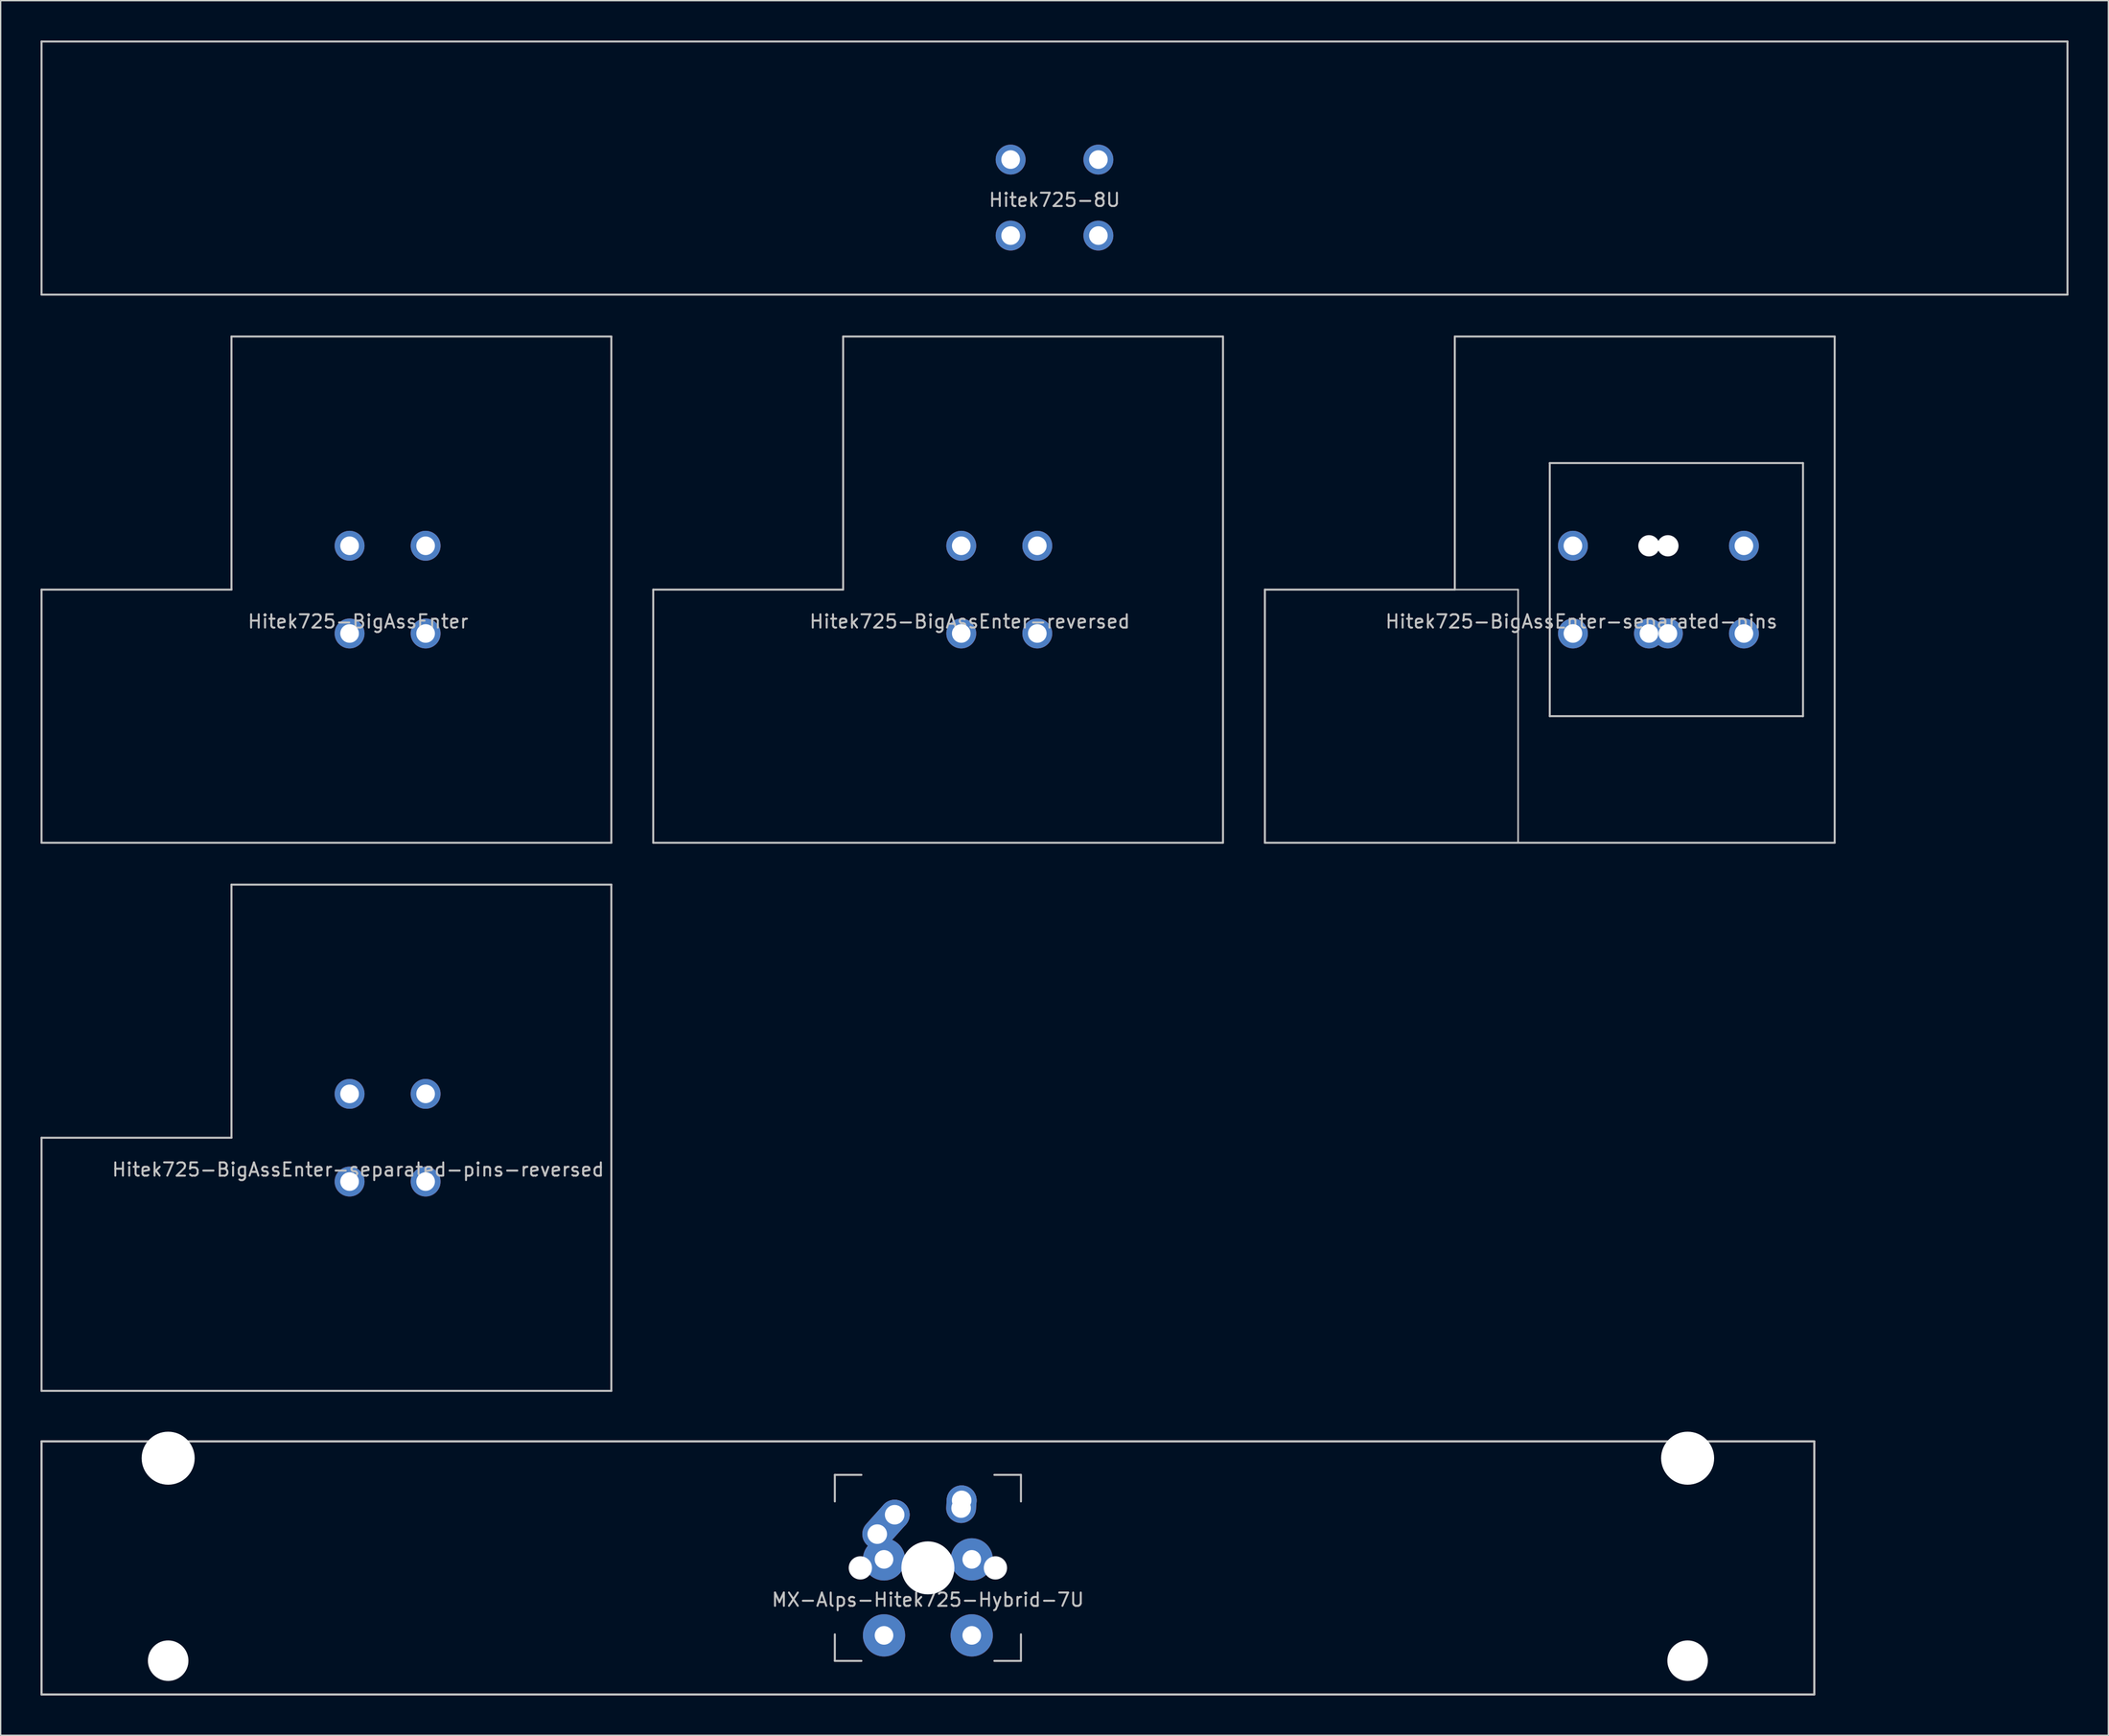
<source format=kicad_pcb>
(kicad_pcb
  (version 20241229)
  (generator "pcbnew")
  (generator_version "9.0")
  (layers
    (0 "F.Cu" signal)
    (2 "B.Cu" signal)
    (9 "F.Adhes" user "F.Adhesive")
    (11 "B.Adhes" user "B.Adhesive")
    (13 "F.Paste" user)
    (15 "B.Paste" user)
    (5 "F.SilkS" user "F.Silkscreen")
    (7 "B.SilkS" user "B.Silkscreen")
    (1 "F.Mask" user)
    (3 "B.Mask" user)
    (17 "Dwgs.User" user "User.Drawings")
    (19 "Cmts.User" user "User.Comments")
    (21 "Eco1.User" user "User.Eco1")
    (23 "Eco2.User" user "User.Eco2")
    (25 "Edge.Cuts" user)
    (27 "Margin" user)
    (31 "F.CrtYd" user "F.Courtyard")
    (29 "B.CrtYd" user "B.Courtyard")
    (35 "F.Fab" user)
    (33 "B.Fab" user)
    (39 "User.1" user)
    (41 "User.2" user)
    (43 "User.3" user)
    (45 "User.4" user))
  (footprint "Hitek725-BigAssEnter-reversed"
    (layer "F.Cu")
    (at 69.9 41.325)
    (property "Reference" "Hitek725-BigAssEnter-reversed" (at 0 2.4 0) (layer "Dwgs.User") (effects (font (size 1 1) (thickness 0.15))))
    (fp_line (start -23.812 0) (end -23.812 19.05) (stroke (width 0.15) (type solid)) (layer "Dwgs.User"))
    (fp_line (start -9.525 -19.05) (end 19.05 -19.05) (stroke (width 0.15) (type solid)) (layer "Dwgs.User"))
    (fp_line (start -9.525 0) (end -23.812 0) (stroke (width 0.15) (type solid)) (layer "Dwgs.User"))
    (fp_line (start -9.525 0) (end -9.525 -19.05) (stroke (width 0.15) (type solid)) (layer "Dwgs.User"))
    (fp_line (start 19.05 -19.05) (end 19.05 19.05) (stroke (width 0.15) (type solid)) (layer "Dwgs.User"))
    (fp_line (start 19.05 19.05) (end -23.812 19.05) (stroke (width 0.15) (type solid)) (layer "Dwgs.User"))
    (pad "1" thru_hole circle (at -0.64 -3.3) (size 2.25 2.25) (drill 1.4) (layers "*.Cu" "*.Mask"))
    (pad "1" thru_hole circle (at 5.08 -3.3) (size 2.25 2.25) (drill 1.4) (layers "*.Cu" "*.Mask"))
    (pad "2" thru_hole circle (at -0.64 3.3) (size 2.25 2.25) (drill 1.4) (layers "*.Cu" "*.Mask"))
    (pad "2" thru_hole circle (at 5.08 3.3) (size 2.25 2.25) (drill 1.4) (layers "*.Cu" "*.Mask")))
  (footprint "Hitek725-BigAssEnter-separated-pins-reversed"
    (layer "F.Cu")
    (at 23.887 82.575)
    (property "Reference" "Hitek725-BigAssEnter-separated-pins-reversed" (at 0 2.4 0) (layer "Dwgs.User") (effects (font (size 1 1) (thickness 0.15))))
    (fp_line (start -23.812 0) (end -23.812 19.05) (stroke (width 0.15) (type solid)) (layer "Dwgs.User"))
    (fp_line (start -9.525 -19.05) (end 19.05 -19.05) (stroke (width 0.15) (type solid)) (layer "Dwgs.User"))
    (fp_line (start -9.525 0) (end -23.812 0) (stroke (width 0.15) (type solid)) (layer "Dwgs.User"))
    (fp_line (start -9.525 0) (end -9.525 -19.05) (stroke (width 0.15) (type solid)) (layer "Dwgs.User"))
    (fp_line (start 19.05 -19.05) (end 19.05 19.05) (stroke (width 0.15) (type solid)) (layer "Dwgs.User"))
    (fp_line (start 19.05 19.05) (end -23.812 19.05) (stroke (width 0.15) (type solid)) (layer "Dwgs.User"))
    (pad "1" thru_hole circle (at 5.08 -3.3) (size 2.25 2.25) (drill 1.4) (layers "*.Cu" "*.Mask"))
    (pad "2" thru_hole circle (at -0.64 3.3) (size 2.25 2.25) (drill 1.4) (layers "*.Cu" "*.Mask"))
    (pad "2" thru_hole circle (at 5.08 3.3) (size 2.25 2.25) (drill 1.4) (layers "*.Cu" "*.Mask"))
    (pad "3" thru_hole circle (at -0.64 -3.3) (size 2.25 2.25) (drill 1.4) (layers "*.Cu" "*.Mask")))
  (footprint "Hitek725-8U"
    (layer "F.Cu")
    (at 76.275 9.6)
    (property "Reference" "Hitek725-8U" (at 0 2.4 0) (layer "Dwgs.User") (effects (font (size 1 1) (thickness 0.15))))
    (fp_line (start -76.2 -9.525) (end 76.2 -9.525) (stroke (width 0.15) (type solid)) (layer "Dwgs.User"))
    (fp_line (start -76.2 9.525) (end -76.2 -9.525) (stroke (width 0.15) (type solid)) (layer "Dwgs.User"))
    (fp_line (start 76.2 -9.525) (end 76.2 9.525) (stroke (width 0.15) (type solid)) (layer "Dwgs.User"))
    (fp_line (start 76.2 9.525) (end -76.2 9.525) (stroke (width 0.15) (type solid)) (layer "Dwgs.User"))
    (pad "1" thru_hole circle (at -3.3 -0.64) (size 2.25 2.25) (drill 1.4) (layers "*.Cu" "B.Mask"))
    (pad "1" thru_hole circle (at -3.3 5.08) (size 2.25 2.25) (drill 1.4) (layers "*.Cu" "B.Mask"))
    (pad "2" thru_hole circle (at 3.3 -0.64) (size 2.25 2.25) (drill 1.4) (layers "*.Cu" "B.Mask"))
    (pad "2" thru_hole circle (at 3.3 5.08) (size 2.25 2.25) (drill 1.4) (layers "*.Cu" "B.Mask")))
  (footprint "Hitek725-BigAssEnter-separated-pins"
    (layer "F.Cu")
    (at 115.912 41.325)
    (property "Reference" "Hitek725-BigAssEnter-separated-pins" (at 0 2.4 0) (layer "Dwgs.User") (effects (font (size 1 1) (thickness 0.15))))
    (fp_line (start -23.812 0) (end -23.812 19.05) (stroke (width 0.15) (type solid)) (layer "Dwgs.User"))
    (fp_line (start -9.525 -19.05) (end 19.05 -19.05) (stroke (width 0.15) (type solid)) (layer "Dwgs.User"))
    (fp_line (start -9.525 0) (end -23.812 0) (stroke (width 0.15) (type solid)) (layer "Dwgs.User"))
    (fp_line (start -9.525 0) (end -9.525 -19.05) (stroke (width 0.15) (type solid)) (layer "Dwgs.User"))
    (fp_line (start -9.525 0) (end -4.763 0) (stroke (width 0.12) (type solid)) (layer "Dwgs.User"))
    (fp_line (start -4.763 0) (end -4.763 19.05) (stroke (width 0.12) (type solid)) (layer "Dwgs.User"))
    (fp_line (start -2.381 -9.525) (end 16.669 -9.525) (stroke (width 0.15) (type solid)) (layer "Dwgs.User"))
    (fp_line (start -2.381 9.525) (end -2.381 -9.525) (stroke (width 0.15) (type solid)) (layer "Dwgs.User"))
    (fp_line (start 16.669 -9.525) (end 16.669 9.525) (stroke (width 0.15) (type solid)) (layer "Dwgs.User"))
    (fp_line (start 16.669 9.525) (end -2.381 9.525) (stroke (width 0.15) (type solid)) (layer "Dwgs.User"))
    (fp_line (start 19.05 -19.05) (end 19.05 19.05) (stroke (width 0.15) (type solid)) (layer "Dwgs.User"))
    (fp_line (start 19.05 19.05) (end -23.812 19.05) (stroke (width 0.15) (type solid)) (layer "Dwgs.User"))
    (pad "" np_thru_hole circle (at 5.08 -3.3) (size 1.6 1.6) (drill 1.6) (layers "*.Cu" "*.Mask"))
    (pad "" np_thru_hole circle (at 6.504 -3.3 90) (size 1.6 1.6) (drill 1.6) (layers "*.Cu" "*.Mask"))
    (pad "1" thru_hole circle (at -0.64 -3.3) (size 2.25 2.25) (drill 1.4) (layers "*.Cu" "*.Mask"))
    (pad "1" thru_hole circle (at 12.224 -3.3 90) (size 2.25 2.25) (drill 1.4) (layers "*.Cu" "*.Mask"))
    (pad "2" thru_hole circle (at -0.64 3.3) (size 2.25 2.25) (drill 1.4) (layers "*.Cu" "*.Mask"))
    (pad "2" thru_hole circle (at 5.08 3.3) (size 2.25 2.25) (drill 1.4) (layers "*.Cu" "*.Mask"))
    (pad "2" thru_hole circle (at 6.504 3.3 90) (size 2.25 2.25) (drill 1.4) (layers "*.Cu" "*.Mask"))
    (pad "2" thru_hole circle (at 12.224 3.3 90) (size 2.25 2.25) (drill 1.4) (layers "*.Cu" "*.Mask")))
  (footprint "Hitek725-BigAssEnter"
    (layer "F.Cu")
    (at 23.887 41.325)
    (property "Reference" "Hitek725-BigAssEnter" (at 0 2.4 0) (layer "Dwgs.User") (effects (font (size 1 1) (thickness 0.15))))
    (fp_line (start -23.812 0) (end -23.812 19.05) (stroke (width 0.15) (type solid)) (layer "Dwgs.User"))
    (fp_line (start -9.525 -19.05) (end 19.05 -19.05) (stroke (width 0.15) (type solid)) (layer "Dwgs.User"))
    (fp_line (start -9.525 0) (end -23.812 0) (stroke (width 0.15) (type solid)) (layer "Dwgs.User"))
    (fp_line (start -9.525 0) (end -9.525 -19.05) (stroke (width 0.15) (type solid)) (layer "Dwgs.User"))
    (fp_line (start 19.05 -19.05) (end 19.05 19.05) (stroke (width 0.15) (type solid)) (layer "Dwgs.User"))
    (fp_line (start 19.05 19.05) (end -23.812 19.05) (stroke (width 0.15) (type solid)) (layer "Dwgs.User"))
    (pad "1" thru_hole circle (at -0.64 3.3) (size 2.25 2.25) (drill 1.4) (layers "*.Cu" "*.Mask"))
    (pad "1" thru_hole circle (at 5.08 3.3) (size 2.25 2.25) (drill 1.4) (layers "*.Cu" "*.Mask"))
    (pad "2" thru_hole circle (at -0.64 -3.3) (size 2.25 2.25) (drill 1.4) (layers "*.Cu" "*.Mask"))
    (pad "2" thru_hole circle (at 5.08 -3.3) (size 2.25 2.25) (drill 1.4) (layers "*.Cu" "*.Mask")))
  (footprint "MX-Alps-Hitek725-Hybrid-7U"
    (layer "F.Cu")
    (at 66.75 114.949)
    (property "Reference" "MX-Alps-Hitek725-Hybrid-7U" (at 0 2.4 0) (layer "Dwgs.User") (effects (font (size 1 1) (thickness 0.15))))
    (fp_line (start -66.675 -9.525) (end 66.675 -9.525) (stroke (width 0.15) (type solid)) (layer "Dwgs.User"))
    (fp_line (start -66.675 -9.525) (end 66.675 -9.525) (stroke (width 0.15) (type solid)) (layer "Dwgs.User"))
    (fp_line (start -66.675 9.525) (end -66.675 -9.525) (stroke (width 0.15) (type solid)) (layer "Dwgs.User"))
    (fp_line (start -66.675 9.525) (end -66.675 -9.525) (stroke (width 0.15) (type solid)) (layer "Dwgs.User"))
    (fp_line (start -66.675 9.525) (end 66.675 9.525) (stroke (width 0.15) (type solid)) (layer "Dwgs.User"))
    (fp_line (start -7 -7) (end -7 -5) (stroke (width 0.15) (type solid)) (layer "Dwgs.User"))
    (fp_line (start -7 5) (end -7 7) (stroke (width 0.15) (type solid)) (layer "Dwgs.User"))
    (fp_line (start -7 7) (end -5 7) (stroke (width 0.15) (type solid)) (layer "Dwgs.User"))
    (fp_line (start -5 -7) (end -7 -7) (stroke (width 0.15) (type solid)) (layer "Dwgs.User"))
    (fp_line (start 5 -7) (end 7 -7) (stroke (width 0.15) (type solid)) (layer "Dwgs.User"))
    (fp_line (start 5 7) (end 7 7) (stroke (width 0.15) (type solid)) (layer "Dwgs.User"))
    (fp_line (start 7 -7) (end 7 -5) (stroke (width 0.15) (type solid)) (layer "Dwgs.User"))
    (fp_line (start 7 7) (end 7 5) (stroke (width 0.15) (type solid)) (layer "Dwgs.User"))
    (fp_line (start 66.675 -9.525) (end 66.675 9.525) (stroke (width 0.15) (type solid)) (layer "Dwgs.User"))
    (fp_line (start 66.675 -9.525) (end 66.675 9.525) (stroke (width 0.15) (type solid)) (layer "Dwgs.User"))
    (fp_line (start 66.675 9.525) (end -66.675 9.525) (stroke (width 0.15) (type solid)) (layer "Dwgs.User"))
    (pad "" np_thru_hole circle (at -57.15 -8.255) (size 3.988 3.988) (drill 3.988) (layers "*.Cu" "*.Mask"))
    (pad "" np_thru_hole circle (at -57.15 6.985) (size 3.048 3.048) (drill 3.048) (layers "*.Cu" "*.Mask"))
    (pad "" np_thru_hole circle (at -5.08 0 48.1) (size 1.75 1.75) (drill 1.75) (layers "*.Cu" "*.Mask"))
    (pad "" np_thru_hole circle (at 0 0) (size 3.988 3.988) (drill 3.988) (layers "*.Cu" "*.Mask"))
    (pad "" np_thru_hole circle (at 5.08 0 48.1) (size 1.75 1.75) (drill 1.75) (layers "*.Cu" "*.Mask"))
    (pad "" np_thru_hole circle (at 57.15 -8.255) (size 3.988 3.988) (drill 3.988) (layers "*.Cu" "*.Mask"))
    (pad "" np_thru_hole circle (at 57.15 6.985) (size 3.048 3.048) (drill 3.048) (layers "*.Cu" "*.Mask"))
    (pad "1" thru_hole oval (at -3.81 -2.54 48.1) (size 4.212 2.25) (drill 1.47 (offset 0.981 0)) (layers "*.Cu" "*.Mask"))
    (pad "1" thru_hole circle (at -3.3 -0.64) (size 3.18 3.18) (drill 1.4) (layers "*.Cu" "*.Mask"))
    (pad "1" thru_hole circle (at -3.3 5.08) (size 3.18 3.18) (drill 1.4) (layers "*.Cu" "*.Mask"))
    (pad "1" thru_hole circle (at -2.5 -4) (size 2.25 2.25) (drill 1.47) (layers "*.Cu" "*.Mask"))
    (pad "2" thru_hole oval (at 2.5 -4.5 86.055) (size 2.831 2.25) (drill 1.47 (offset 0.291 0)) (layers "*.Cu" "*.Mask"))
    (pad "2" thru_hole circle (at 2.54 -5.08) (size 2.25 2.25) (drill 1.47) (layers "*.Cu" "*.Mask"))
    (pad "2" thru_hole circle (at 3.3 -0.64) (size 3.18 3.18) (drill 1.4) (layers "*.Cu" "*.Mask"))
    (pad "2" thru_hole circle (at 3.3 5.08) (size 3.18 3.18) (drill 1.4) (layers "*.Cu" "*.Mask")))
  (gr_rect
    (start -3 -3)
    (end 155.55 127.549)
    (stroke (width 0.1) (type default))
    (fill no)
    (layer "Edge.Cuts")))
</source>
